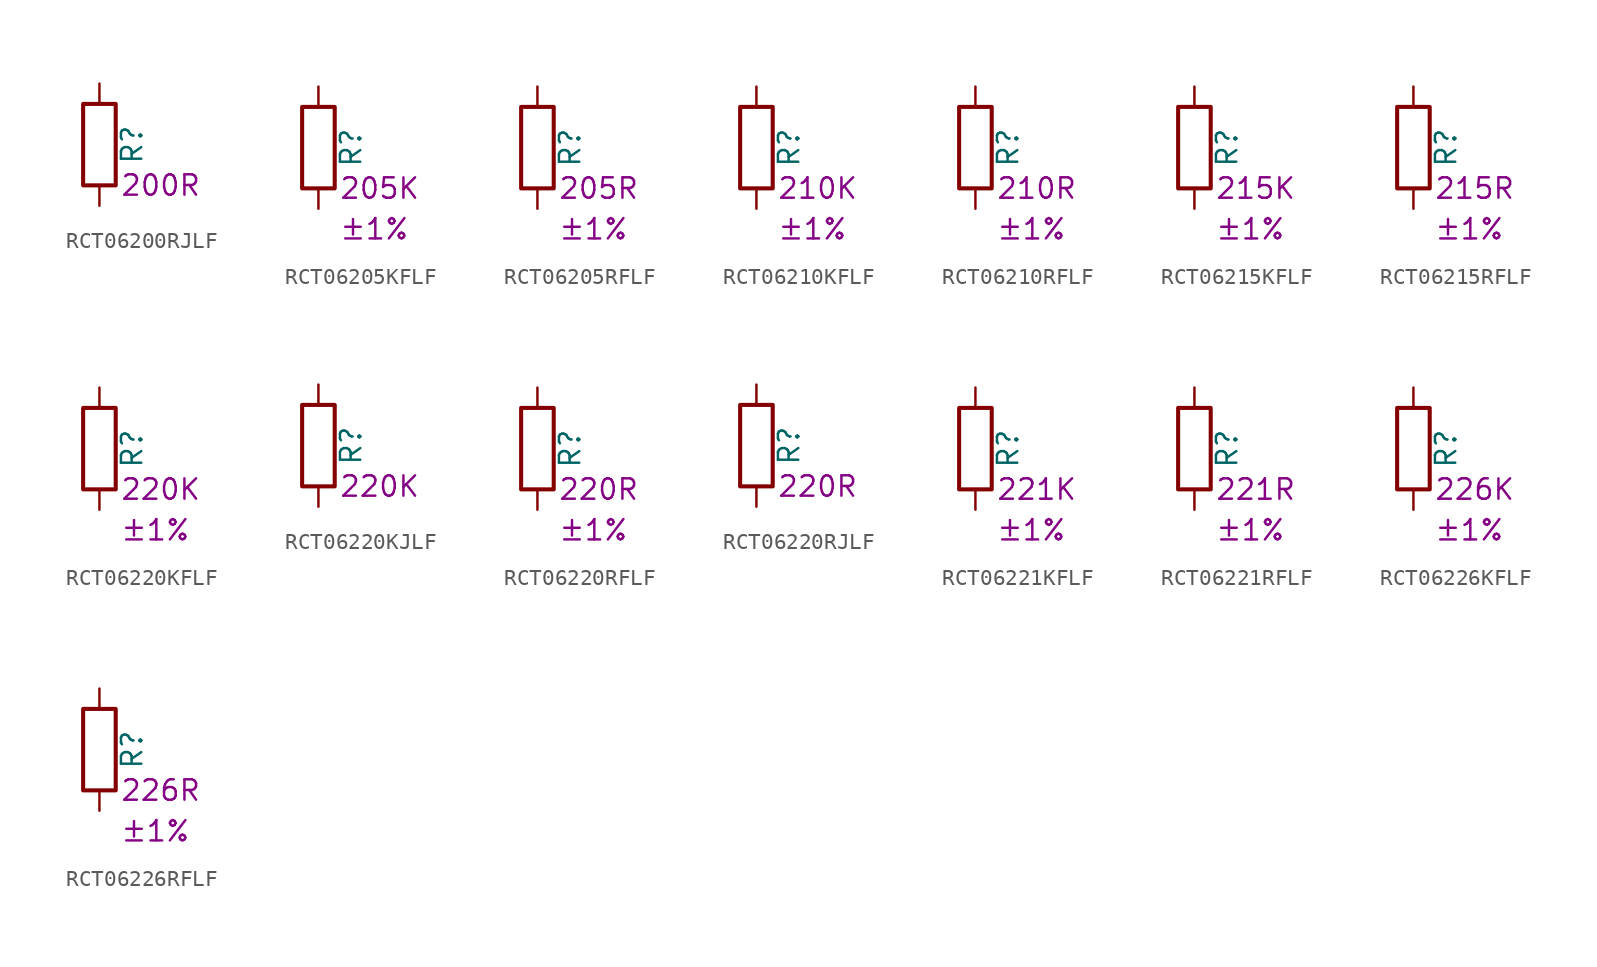
<source format=kicad_sym>
(kicad_symbol_lib
  (version 20220914)
  (generator kicad_symbol_editor)
  (symbol "RCT06200RJLF"
    (pin_numbers hide)
    (pin_names
      (offset 0))
    (property "Reference" "R"
      (at 2.032 0 90)
      (effects (font (size 1.27 1.27))))
    (property "Resistance" "200R"
      (at 1.27 -2.54 0)
      (effects (font (size 1.27 1.27)) (justify left)))
    (symbol "RCT06200RJLF_0_1"
      (rectangle (start -1.016 -2.54) (end 1.016 2.54) (stroke (width 0.254) (type default)) (fill (type none))))
    (symbol "RCT06200RJLF_1_1"
      (pin passive line (at 0 3.81 270) (length 1.27) (name "~" (effects (font (size 1.27 1.27)))) (number "1" (effects (font (size 1.27 1.27)))))
      (pin passive line (at 0 -3.81 90) (length 1.27) (name "~" (effects (font (size 1.27 1.27)))) (number "2" (effects (font (size 1.27 1.27)))))))
  (symbol "RCT06205KFLF"
    (pin_numbers hide)
    (pin_names
      (offset 0))
    (property "Reference" "R"
      (at 2.032 0 90)
      (effects (font (size 1.27 1.27))))
    (property "Resistance" "205K"
      (at 1.27 -2.54 0)
      (effects (font (size 1.27 1.27)) (justify left)))
    (property "Tolerance" "±1%"
      (at 1.27 -5.08 0)
      (effects (font (size 1.27 1.27)) (justify left)))
    (symbol "RCT06205KFLF_0_1"
      (rectangle (start -1.016 -2.54) (end 1.016 2.54) (stroke (width 0.254) (type default)) (fill (type none))))
    (symbol "RCT06205KFLF_1_1"
      (pin passive line (at 0 3.81 270) (length 1.27) (name "~" (effects (font (size 1.27 1.27)))) (number "1" (effects (font (size 1.27 1.27)))))
      (pin passive line (at 0 -3.81 90) (length 1.27) (name "~" (effects (font (size 1.27 1.27)))) (number "2" (effects (font (size 1.27 1.27)))))))
  (symbol "RCT06205RFLF"
    (pin_numbers hide)
    (pin_names
      (offset 0))
    (property "Reference" "R"
      (at 2.032 0 90)
      (effects (font (size 1.27 1.27))))
    (property "Resistance" "205R"
      (at 1.27 -2.54 0)
      (effects (font (size 1.27 1.27)) (justify left)))
    (property "Tolerance" "±1%"
      (at 1.27 -5.08 0)
      (effects (font (size 1.27 1.27)) (justify left)))
    (symbol "RCT06205RFLF_0_1"
      (rectangle (start -1.016 -2.54) (end 1.016 2.54) (stroke (width 0.254) (type default)) (fill (type none))))
    (symbol "RCT06205RFLF_1_1"
      (pin passive line (at 0 3.81 270) (length 1.27) (name "~" (effects (font (size 1.27 1.27)))) (number "1" (effects (font (size 1.27 1.27)))))
      (pin passive line (at 0 -3.81 90) (length 1.27) (name "~" (effects (font (size 1.27 1.27)))) (number "2" (effects (font (size 1.27 1.27)))))))
  (symbol "RCT06210KFLF"
    (pin_numbers hide)
    (pin_names
      (offset 0))
    (property "Reference" "R"
      (at 2.032 0 90)
      (effects (font (size 1.27 1.27))))
    (property "Resistance" "210K"
      (at 1.27 -2.54 0)
      (effects (font (size 1.27 1.27)) (justify left)))
    (property "Tolerance" "±1%"
      (at 1.27 -5.08 0)
      (effects (font (size 1.27 1.27)) (justify left)))
    (symbol "RCT06210KFLF_0_1"
      (rectangle (start -1.016 -2.54) (end 1.016 2.54) (stroke (width 0.254) (type default)) (fill (type none))))
    (symbol "RCT06210KFLF_1_1"
      (pin passive line (at 0 3.81 270) (length 1.27) (name "~" (effects (font (size 1.27 1.27)))) (number "1" (effects (font (size 1.27 1.27)))))
      (pin passive line (at 0 -3.81 90) (length 1.27) (name "~" (effects (font (size 1.27 1.27)))) (number "2" (effects (font (size 1.27 1.27)))))))
  (symbol "RCT06210RFLF"
    (pin_numbers hide)
    (pin_names
      (offset 0))
    (property "Reference" "R"
      (at 2.032 0 90)
      (effects (font (size 1.27 1.27))))
    (property "Resistance" "210R"
      (at 1.27 -2.54 0)
      (effects (font (size 1.27 1.27)) (justify left)))
    (property "Tolerance" "±1%"
      (at 1.27 -5.08 0)
      (effects (font (size 1.27 1.27)) (justify left)))
    (symbol "RCT06210RFLF_0_1"
      (rectangle (start -1.016 -2.54) (end 1.016 2.54) (stroke (width 0.254) (type default)) (fill (type none))))
    (symbol "RCT06210RFLF_1_1"
      (pin passive line (at 0 3.81 270) (length 1.27) (name "~" (effects (font (size 1.27 1.27)))) (number "1" (effects (font (size 1.27 1.27)))))
      (pin passive line (at 0 -3.81 90) (length 1.27) (name "~" (effects (font (size 1.27 1.27)))) (number "2" (effects (font (size 1.27 1.27)))))))
  (symbol "RCT06215KFLF"
    (pin_numbers hide)
    (pin_names
      (offset 0))
    (property "Reference" "R"
      (at 2.032 0 90)
      (effects (font (size 1.27 1.27))))
    (property "Resistance" "215K"
      (at 1.27 -2.54 0)
      (effects (font (size 1.27 1.27)) (justify left)))
    (property "Tolerance" "±1%"
      (at 1.27 -5.08 0)
      (effects (font (size 1.27 1.27)) (justify left)))
    (symbol "RCT06215KFLF_0_1"
      (rectangle (start -1.016 -2.54) (end 1.016 2.54) (stroke (width 0.254) (type default)) (fill (type none))))
    (symbol "RCT06215KFLF_1_1"
      (pin passive line (at 0 3.81 270) (length 1.27) (name "~" (effects (font (size 1.27 1.27)))) (number "1" (effects (font (size 1.27 1.27)))))
      (pin passive line (at 0 -3.81 90) (length 1.27) (name "~" (effects (font (size 1.27 1.27)))) (number "2" (effects (font (size 1.27 1.27)))))))
  (symbol "RCT06215RFLF"
    (pin_numbers hide)
    (pin_names
      (offset 0))
    (property "Reference" "R"
      (at 2.032 0 90)
      (effects (font (size 1.27 1.27))))
    (property "Resistance" "215R"
      (at 1.27 -2.54 0)
      (effects (font (size 1.27 1.27)) (justify left)))
    (property "Tolerance" "±1%"
      (at 1.27 -5.08 0)
      (effects (font (size 1.27 1.27)) (justify left)))
    (symbol "RCT06215RFLF_0_1"
      (rectangle (start -1.016 -2.54) (end 1.016 2.54) (stroke (width 0.254) (type default)) (fill (type none))))
    (symbol "RCT06215RFLF_1_1"
      (pin passive line (at 0 3.81 270) (length 1.27) (name "~" (effects (font (size 1.27 1.27)))) (number "1" (effects (font (size 1.27 1.27)))))
      (pin passive line (at 0 -3.81 90) (length 1.27) (name "~" (effects (font (size 1.27 1.27)))) (number "2" (effects (font (size 1.27 1.27)))))))
  (symbol "RCT06220KFLF"
    (pin_numbers hide)
    (pin_names
      (offset 0))
    (property "Reference" "R"
      (at 2.032 0 90)
      (effects (font (size 1.27 1.27))))
    (property "Resistance" "220K"
      (at 1.27 -2.54 0)
      (effects (font (size 1.27 1.27)) (justify left)))
    (property "Tolerance" "±1%"
      (at 1.27 -5.08 0)
      (effects (font (size 1.27 1.27)) (justify left)))
    (symbol "RCT06220KFLF_0_1"
      (rectangle (start -1.016 -2.54) (end 1.016 2.54) (stroke (width 0.254) (type default)) (fill (type none))))
    (symbol "RCT06220KFLF_1_1"
      (pin passive line (at 0 3.81 270) (length 1.27) (name "~" (effects (font (size 1.27 1.27)))) (number "1" (effects (font (size 1.27 1.27)))))
      (pin passive line (at 0 -3.81 90) (length 1.27) (name "~" (effects (font (size 1.27 1.27)))) (number "2" (effects (font (size 1.27 1.27)))))))
  (symbol "RCT06220KJLF"
    (pin_numbers hide)
    (pin_names
      (offset 0))
    (property "Reference" "R"
      (at 2.032 0 90)
      (effects (font (size 1.27 1.27))))
    (property "Resistance" "220K"
      (at 1.27 -2.54 0)
      (effects (font (size 1.27 1.27)) (justify left)))
    (symbol "RCT06220KJLF_0_1"
      (rectangle (start -1.016 -2.54) (end 1.016 2.54) (stroke (width 0.254) (type default)) (fill (type none))))
    (symbol "RCT06220KJLF_1_1"
      (pin passive line (at 0 3.81 270) (length 1.27) (name "~" (effects (font (size 1.27 1.27)))) (number "1" (effects (font (size 1.27 1.27)))))
      (pin passive line (at 0 -3.81 90) (length 1.27) (name "~" (effects (font (size 1.27 1.27)))) (number "2" (effects (font (size 1.27 1.27)))))))
  (symbol "RCT06220RFLF"
    (pin_numbers hide)
    (pin_names
      (offset 0))
    (property "Reference" "R"
      (at 2.032 0 90)
      (effects (font (size 1.27 1.27))))
    (property "Resistance" "220R"
      (at 1.27 -2.54 0)
      (effects (font (size 1.27 1.27)) (justify left)))
    (property "Tolerance" "±1%"
      (at 1.27 -5.08 0)
      (effects (font (size 1.27 1.27)) (justify left)))
    (symbol "RCT06220RFLF_0_1"
      (rectangle (start -1.016 -2.54) (end 1.016 2.54) (stroke (width 0.254) (type default)) (fill (type none))))
    (symbol "RCT06220RFLF_1_1"
      (pin passive line (at 0 3.81 270) (length 1.27) (name "~" (effects (font (size 1.27 1.27)))) (number "1" (effects (font (size 1.27 1.27)))))
      (pin passive line (at 0 -3.81 90) (length 1.27) (name "~" (effects (font (size 1.27 1.27)))) (number "2" (effects (font (size 1.27 1.27)))))))
  (symbol "RCT06220RJLF"
    (pin_numbers hide)
    (pin_names
      (offset 0))
    (property "Reference" "R"
      (at 2.032 0 90)
      (effects (font (size 1.27 1.27))))
    (property "Resistance" "220R"
      (at 1.27 -2.54 0)
      (effects (font (size 1.27 1.27)) (justify left)))
    (symbol "RCT06220RJLF_0_1"
      (rectangle (start -1.016 -2.54) (end 1.016 2.54) (stroke (width 0.254) (type default)) (fill (type none))))
    (symbol "RCT06220RJLF_1_1"
      (pin passive line (at 0 3.81 270) (length 1.27) (name "~" (effects (font (size 1.27 1.27)))) (number "1" (effects (font (size 1.27 1.27)))))
      (pin passive line (at 0 -3.81 90) (length 1.27) (name "~" (effects (font (size 1.27 1.27)))) (number "2" (effects (font (size 1.27 1.27)))))))
  (symbol "RCT06221KFLF"
    (pin_numbers hide)
    (pin_names
      (offset 0))
    (property "Reference" "R"
      (at 2.032 0 90)
      (effects (font (size 1.27 1.27))))
    (property "Resistance" "221K"
      (at 1.27 -2.54 0)
      (effects (font (size 1.27 1.27)) (justify left)))
    (property "Tolerance" "±1%"
      (at 1.27 -5.08 0)
      (effects (font (size 1.27 1.27)) (justify left)))
    (symbol "RCT06221KFLF_0_1"
      (rectangle (start -1.016 -2.54) (end 1.016 2.54) (stroke (width 0.254) (type default)) (fill (type none))))
    (symbol "RCT06221KFLF_1_1"
      (pin passive line (at 0 3.81 270) (length 1.27) (name "~" (effects (font (size 1.27 1.27)))) (number "1" (effects (font (size 1.27 1.27)))))
      (pin passive line (at 0 -3.81 90) (length 1.27) (name "~" (effects (font (size 1.27 1.27)))) (number "2" (effects (font (size 1.27 1.27)))))))
  (symbol "RCT06221RFLF"
    (pin_numbers hide)
    (pin_names
      (offset 0))
    (property "Reference" "R"
      (at 2.032 0 90)
      (effects (font (size 1.27 1.27))))
    (property "Resistance" "221R"
      (at 1.27 -2.54 0)
      (effects (font (size 1.27 1.27)) (justify left)))
    (property "Tolerance" "±1%"
      (at 1.27 -5.08 0)
      (effects (font (size 1.27 1.27)) (justify left)))
    (symbol "RCT06221RFLF_0_1"
      (rectangle (start -1.016 -2.54) (end 1.016 2.54) (stroke (width 0.254) (type default)) (fill (type none))))
    (symbol "RCT06221RFLF_1_1"
      (pin passive line (at 0 3.81 270) (length 1.27) (name "~" (effects (font (size 1.27 1.27)))) (number "1" (effects (font (size 1.27 1.27)))))
      (pin passive line (at 0 -3.81 90) (length 1.27) (name "~" (effects (font (size 1.27 1.27)))) (number "2" (effects (font (size 1.27 1.27)))))))
  (symbol "RCT06226KFLF"
    (pin_numbers hide)
    (pin_names
      (offset 0))
    (property "Reference" "R"
      (at 2.032 0 90)
      (effects (font (size 1.27 1.27))))
    (property "Resistance" "226K"
      (at 1.27 -2.54 0)
      (effects (font (size 1.27 1.27)) (justify left)))
    (property "Tolerance" "±1%"
      (at 1.27 -5.08 0)
      (effects (font (size 1.27 1.27)) (justify left)))
    (symbol "RCT06226KFLF_0_1"
      (rectangle (start -1.016 -2.54) (end 1.016 2.54) (stroke (width 0.254) (type default)) (fill (type none))))
    (symbol "RCT06226KFLF_1_1"
      (pin passive line (at 0 3.81 270) (length 1.27) (name "~" (effects (font (size 1.27 1.27)))) (number "1" (effects (font (size 1.27 1.27)))))
      (pin passive line (at 0 -3.81 90) (length 1.27) (name "~" (effects (font (size 1.27 1.27)))) (number "2" (effects (font (size 1.27 1.27)))))))
  (symbol "RCT06226RFLF"
    (pin_numbers hide)
    (pin_names
      (offset 0))
    (property "Reference" "R"
      (at 2.032 0 90)
      (effects (font (size 1.27 1.27))))
    (property "Resistance" "226R"
      (at 1.27 -2.54 0)
      (effects (font (size 1.27 1.27)) (justify left)))
    (property "Tolerance" "±1%"
      (at 1.27 -5.08 0)
      (effects (font (size 1.27 1.27)) (justify left)))
    (symbol "RCT06226RFLF_0_1"
      (rectangle (start -1.016 -2.54) (end 1.016 2.54) (stroke (width 0.254) (type default)) (fill (type none))))
    (symbol "RCT06226RFLF_1_1"
      (pin passive line (at 0 3.81 270) (length 1.27) (name "~" (effects (font (size 1.27 1.27)))) (number "1" (effects (font (size 1.27 1.27)))))
      (pin passive line (at 0 -3.81 90) (length 1.27) (name "~" (effects (font (size 1.27 1.27)))) (number "2" (effects (font (size 1.27 1.27))))))))
</source>
